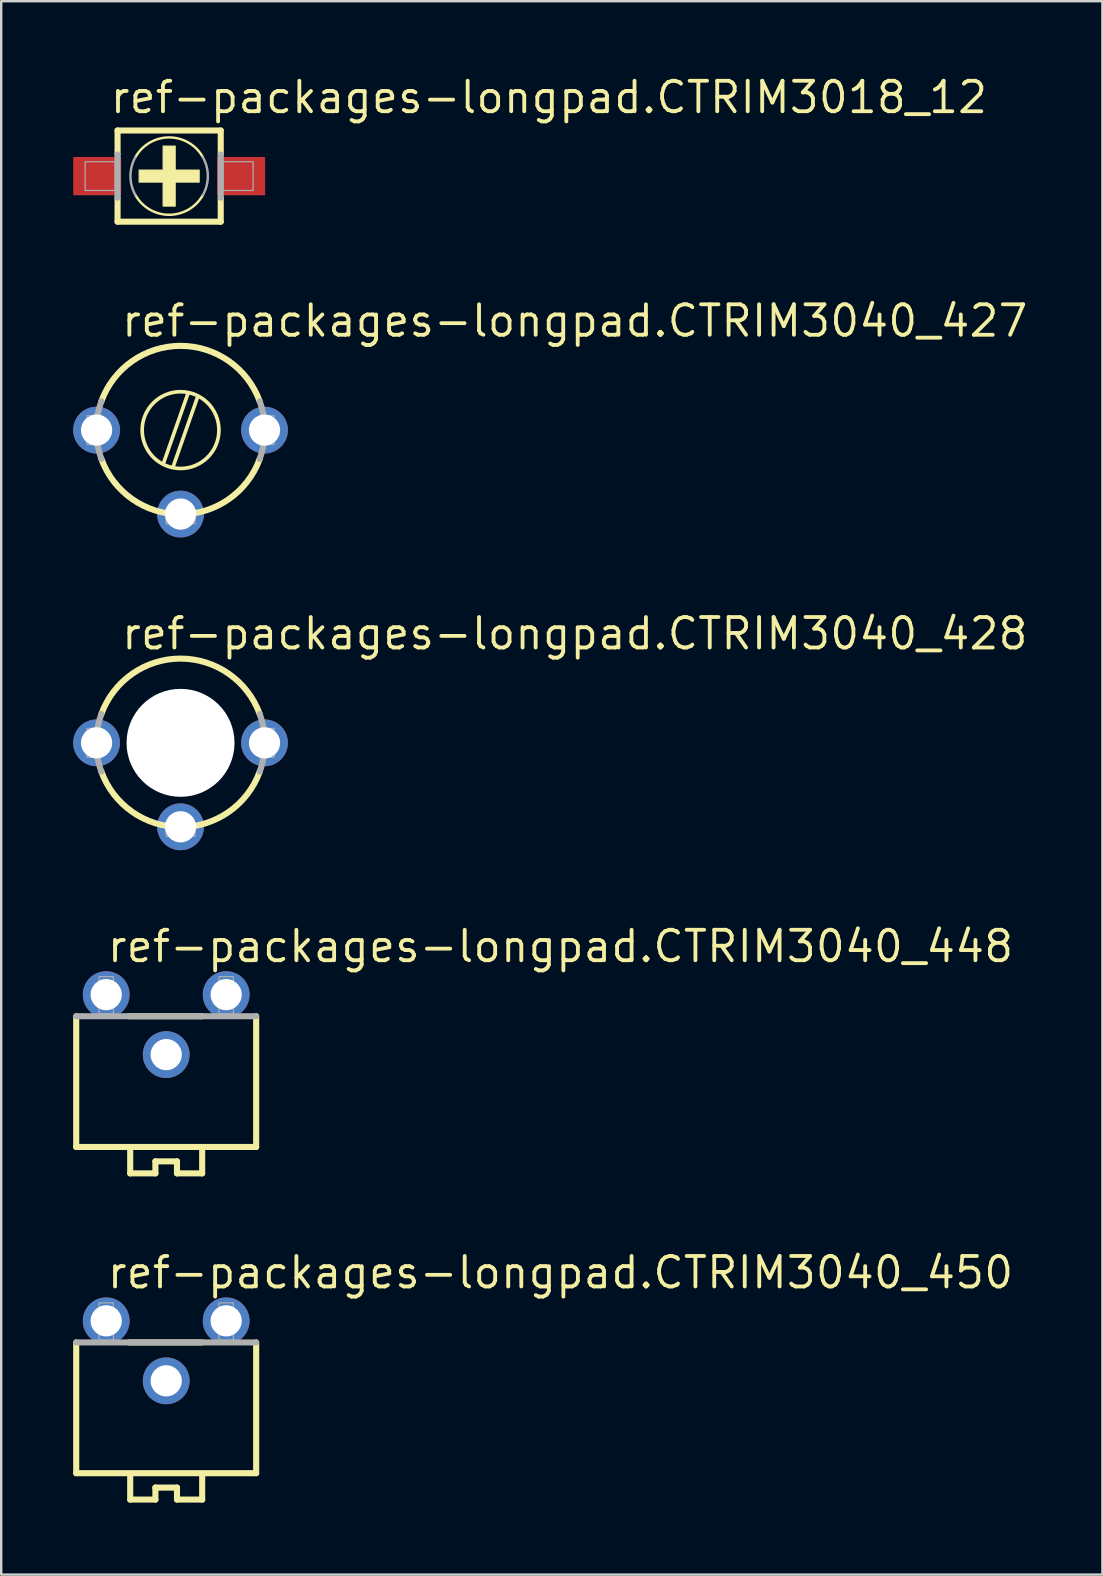
<source format=kicad_pcb>
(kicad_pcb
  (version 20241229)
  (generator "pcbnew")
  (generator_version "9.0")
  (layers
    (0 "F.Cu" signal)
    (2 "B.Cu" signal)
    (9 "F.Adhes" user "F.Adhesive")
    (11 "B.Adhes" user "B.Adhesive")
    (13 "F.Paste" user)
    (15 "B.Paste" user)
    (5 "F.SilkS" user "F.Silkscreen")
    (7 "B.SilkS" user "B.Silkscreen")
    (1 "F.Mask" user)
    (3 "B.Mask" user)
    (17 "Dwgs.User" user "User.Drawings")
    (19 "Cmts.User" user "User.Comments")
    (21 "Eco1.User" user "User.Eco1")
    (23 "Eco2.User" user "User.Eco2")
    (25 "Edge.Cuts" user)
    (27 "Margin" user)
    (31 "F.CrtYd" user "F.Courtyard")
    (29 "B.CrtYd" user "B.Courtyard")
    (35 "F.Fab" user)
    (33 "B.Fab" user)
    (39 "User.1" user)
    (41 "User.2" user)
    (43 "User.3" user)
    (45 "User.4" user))
  (footprint "ref-packages-longpad.CTRIM3040_427"
    (layer "F.Cu")
    (at 4.475 14.877)
    (property "Reference" "ref-packages-longpad.CTRIM3040_427" (at -2.54 -3.81 0) (layer "F.SilkS") (effects (font (size 1.27 1.27) (thickness 0.16)) (justify left bottom)))
    (attr through_hole)
    (fp_line (start -0.3 1.5) (end 0.7 -1.35) (stroke (width 0.152) (type default)) (layer "F.SilkS"))
    (fp_line (start 0.3 -1.5) (end -0.7 1.35) (stroke (width 0.152) (type default)) (layer "F.SilkS"))
    (fp_arc (start -3.3 -1.2) (mid 0 -3.51141) (end 3.3 -1.2) (stroke (width 0.254) (type default)) (layer "F.SilkS"))
    (fp_arc (start 3.3 1.2) (mid 0 3.51141) (end -3.3 1.2) (stroke (width 0.254) (type default)) (layer "F.SilkS"))
    (fp_circle (center 0 0) (end 1.6 0) (stroke (width 0.152) (type default)) (fill no) (layer "F.SilkS"))
    (fp_rect (start -3.9 0.6) (end -3.5 -0.6) (stroke (width 0.05) (type default)) (fill no) (layer "F.Fab"))
    (fp_rect (start -0.6 3.9) (end 0.6 3.5) (stroke (width 0.05) (type default)) (fill no) (layer "F.Fab"))
    (fp_rect (start 3.5 0.6) (end 3.9 -0.6) (stroke (width 0.05) (type default)) (fill no) (layer "F.Fab"))
    (fp_arc (start -3.3 1.2) (mid -3.51141 0) (end -3.3 -1.2) (stroke (width 0.254) (type default)) (layer "F.Fab"))
    (fp_arc (start 3.3 -1.2) (mid 3.51141 0) (end 3.3 1.2) (stroke (width 0.254) (type default)) (layer "F.Fab"))
    (pad "1A" thru_hole circle (at -3.5 0) (size 1.95 1.95) (drill 1.3) (layers "*.Cu" "*.Mask"))
    (pad "1B" thru_hole circle (at 3.5 0) (size 1.95 1.95) (drill 1.3) (layers "*.Cu" "*.Mask"))
    (pad "2" thru_hole circle (at 0 3.5) (size 1.95 1.95) (drill 1.3) (layers "*.Cu" "*.Mask")))
  (footprint "ref-packages-longpad.CTRIM3018_12"
    (layer "F.Cu")
    (at 4 4.29)
    (property "Reference" "ref-packages-longpad.CTRIM3018_12" (at -2.54 -2.54 0) (layer "F.SilkS") (effects (font (size 1.27 1.27) (thickness 0.16)) (justify left bottom)))
    (attr smd)
    (fp_line (start -2.15 -1.9) (end 2.15 -1.9) (stroke (width 0.254) (type default)) (layer "F.SilkS"))
    (fp_line (start -2.15 -0.9) (end -2.15 -1.9) (stroke (width 0.254) (type default)) (layer "F.SilkS"))
    (fp_line (start -2.15 1.9) (end -2.15 0.9) (stroke (width 0.254) (type default)) (layer "F.SilkS"))
    (fp_line (start 2.15 -1.9) (end 2.15 -0.9) (stroke (width 0.254) (type default)) (layer "F.SilkS"))
    (fp_line (start 2.15 0.9) (end 2.15 1.9) (stroke (width 0.254) (type default)) (layer "F.SilkS"))
    (fp_line (start 2.15 1.9) (end -2.15 1.9) (stroke (width 0.254) (type default)) (layer "F.SilkS"))
    (fp_rect (start -1.25 0.25) (end 1.25 -0.25) (stroke (width 0.05) (type default)) (fill yes) (layer "F.SilkS"))
    (fp_rect (start -0.25 1.25) (end 0.25 -1.25) (stroke (width 0.05) (type default)) (fill yes) (layer "F.SilkS"))
    (fp_arc (start -1.4 -0.8) (mid 0 -1.612452) (end 1.4 -0.8) (stroke (width 0.1016) (type default)) (layer "F.SilkS"))
    (fp_arc (start 1.4 0.8) (mid 0 1.612452) (end -1.4 0.8) (stroke (width 0.1016) (type default)) (layer "F.SilkS"))
    (fp_line (start -2.15 0.9) (end -2.15 -0.9) (stroke (width 0.254) (type default)) (layer "F.Fab"))
    (fp_line (start 2.15 -0.9) (end 2.15 0.9) (stroke (width 0.254) (type default)) (layer "F.Fab"))
    (fp_rect (start -3.5 0.6) (end -2.25 -0.6) (stroke (width 0.05) (type default)) (fill no) (layer "F.Fab"))
    (fp_rect (start 2.25 0.6) (end 3.5 -0.6) (stroke (width 0.05) (type default)) (fill no) (layer "F.Fab"))
    (fp_arc (start -1.4 0.8) (mid -1.612452 0) (end -1.4 -0.8) (stroke (width 0.1016) (type default)) (layer "F.Fab"))
    (fp_arc (start 1.4 -0.8) (mid 1.612452 0) (end 1.4 0.8) (stroke (width 0.1016) (type default)) (layer "F.Fab"))
    (pad "+" smd roundrect (at -3 0) (size 2 1.6) (layers "F.Cu" "F.Mask" "F.Paste") (roundrect_rratio 0.01))
    (pad "-" smd roundrect (at 3 0) (size 2 1.6) (layers "F.Cu" "F.Mask" "F.Paste") (roundrect_rratio 0.01)))
  (footprint "ref-packages-longpad.CTRIM3040_450"
    (layer "F.Cu")
    (at 3.877 55.814)
    (property "Reference" "ref-packages-longpad.CTRIM3040_450" (at -2.54 -5.08 0) (layer "F.SilkS") (effects (font (size 1.27 1.27) (thickness 0.16)) (justify left bottom)))
    (attr through_hole)
    (fp_line (start -3.75 2.54) (end -3.75 -2.91) (stroke (width 0.254) (type default)) (layer "F.SilkS"))
    (fp_line (start -1.55 -2.91) (end 1.5 -2.91) (stroke (width 0.254) (type default)) (layer "F.SilkS"))
    (fp_line (start -1.5 2.64) (end -1.5 3.64) (stroke (width 0.254) (type default)) (layer "F.SilkS"))
    (fp_line (start -1.5 3.64) (end -0.45 3.64) (stroke (width 0.254) (type default)) (layer "F.SilkS"))
    (fp_line (start -0.45 3.14) (end 0.45 3.14) (stroke (width 0.254) (type default)) (layer "F.SilkS"))
    (fp_line (start -0.45 3.64) (end -0.45 3.14) (stroke (width 0.254) (type default)) (layer "F.SilkS"))
    (fp_line (start 0.45 3.14) (end 0.45 3.64) (stroke (width 0.254) (type default)) (layer "F.SilkS"))
    (fp_line (start 0.45 3.64) (end 1.5 3.64) (stroke (width 0.254) (type default)) (layer "F.SilkS"))
    (fp_line (start 1.5 3.64) (end 1.5 2.64) (stroke (width 0.254) (type default)) (layer "F.SilkS"))
    (fp_line (start 3.75 -2.91) (end 3.75 2.54) (stroke (width 0.254) (type default)) (layer "F.SilkS"))
    (fp_line (start 3.75 2.54) (end -3.75 2.54) (stroke (width 0.254) (type default)) (layer "F.SilkS"))
    (fp_line (start -3.75 -2.91) (end 3.75 -2.91) (stroke (width 0.254) (type default)) (layer "F.Fab"))
    (fp_rect (start -2.8 -3.01) (end -2.2 -4.56) (stroke (width 0.05) (type default)) (fill no) (layer "F.Fab"))
    (fp_rect (start 2.2 -3.01) (end 2.8 -4.56) (stroke (width 0.05) (type default)) (fill no) (layer "F.Fab"))
    (pad "1A" thru_hole circle (at -2.5 -3.81) (size 1.95 1.95) (drill 1.3) (layers "*.Cu" "*.Mask"))
    (pad "1B" thru_hole circle (at 2.5 -3.81) (size 1.95 1.95) (drill 1.3) (layers "*.Cu" "*.Mask"))
    (pad "2" thru_hole circle (at 0 -1.31) (size 1.95 1.95) (drill 1.3) (layers "*.Cu" "*.Mask")))
  (footprint "ref-packages-longpad.CTRIM3040_448"
    (layer "F.Cu")
    (at 3.877 42.217)
    (property "Reference" "ref-packages-longpad.CTRIM3040_448" (at -2.54 -5.08 0) (layer "F.SilkS") (effects (font (size 1.27 1.27) (thickness 0.16)) (justify left bottom)))
    (attr through_hole)
    (fp_line (start -3.75 2.54) (end -3.75 -2.91) (stroke (width 0.254) (type default)) (layer "F.SilkS"))
    (fp_line (start -1.55 -2.91) (end 1.5 -2.91) (stroke (width 0.254) (type default)) (layer "F.SilkS"))
    (fp_line (start -1.5 2.64) (end -1.5 3.64) (stroke (width 0.254) (type default)) (layer "F.SilkS"))
    (fp_line (start -1.5 3.64) (end -0.45 3.64) (stroke (width 0.254) (type default)) (layer "F.SilkS"))
    (fp_line (start -0.45 3.14) (end 0.45 3.14) (stroke (width 0.254) (type default)) (layer "F.SilkS"))
    (fp_line (start -0.45 3.64) (end -0.45 3.14) (stroke (width 0.254) (type default)) (layer "F.SilkS"))
    (fp_line (start 0.45 3.14) (end 0.45 3.64) (stroke (width 0.254) (type default)) (layer "F.SilkS"))
    (fp_line (start 0.45 3.64) (end 1.5 3.64) (stroke (width 0.254) (type default)) (layer "F.SilkS"))
    (fp_line (start 1.5 3.64) (end 1.5 2.64) (stroke (width 0.254) (type default)) (layer "F.SilkS"))
    (fp_line (start 3.75 -2.91) (end 3.75 2.54) (stroke (width 0.254) (type default)) (layer "F.SilkS"))
    (fp_line (start 3.75 2.54) (end -3.75 2.54) (stroke (width 0.254) (type default)) (layer "F.SilkS"))
    (fp_line (start -3.75 -2.91) (end 3.75 -2.91) (stroke (width 0.254) (type default)) (layer "F.Fab"))
    (fp_rect (start -2.8 -3.01) (end -2.2 -4.56) (stroke (width 0.05) (type default)) (fill no) (layer "F.Fab"))
    (fp_rect (start 2.2 -3.01) (end 2.8 -4.56) (stroke (width 0.05) (type default)) (fill no) (layer "F.Fab"))
    (pad "1A" thru_hole circle (at -2.5 -3.81) (size 1.95 1.95) (drill 1.3) (layers "*.Cu" "*.Mask"))
    (pad "1B" thru_hole circle (at 2.5 -3.81) (size 1.95 1.95) (drill 1.3) (layers "*.Cu" "*.Mask"))
    (pad "2" thru_hole circle (at 0 -1.31) (size 1.95 1.95) (drill 1.3) (layers "*.Cu" "*.Mask")))
  (footprint "ref-packages-longpad.CTRIM3040_428"
    (layer "F.Cu")
    (at 4.475 27.912)
    (property "Reference" "ref-packages-longpad.CTRIM3040_428" (at -2.54 -3.81 0) (layer "F.SilkS") (effects (font (size 1.27 1.27) (thickness 0.16)) (justify left bottom)))
    (attr through_hole)
    (fp_line (start -0.3 1.5) (end 0.7 -1.3) (stroke (width 0.152) (type default)) (layer "F.SilkS"))
    (fp_line (start 0.3 -1.5) (end -0.7 1.3) (stroke (width 0.152) (type default)) (layer "F.SilkS"))
    (fp_arc (start -3.3 -1.2) (mid 0 -3.51141) (end 3.3 -1.2) (stroke (width 0.254) (type default)) (layer "F.SilkS"))
    (fp_arc (start 3.3 1.2) (mid 0 3.51141) (end -3.3 1.2) (stroke (width 0.254) (type default)) (layer "F.SilkS"))
    (fp_circle (center 0 0) (end 1.6 0) (stroke (width 0.152) (type default)) (fill no) (layer "F.SilkS"))
    (fp_rect (start -3.9 0.6) (end -3.5 -0.6) (stroke (width 0.05) (type default)) (fill no) (layer "F.Fab"))
    (fp_rect (start -0.6 3.9) (end 0.6 3.5) (stroke (width 0.05) (type default)) (fill no) (layer "F.Fab"))
    (fp_rect (start 3.5 0.6) (end 3.9 -0.6) (stroke (width 0.05) (type default)) (fill no) (layer "F.Fab"))
    (fp_arc (start -3.3 1.2) (mid -3.51141 0) (end -3.3 -1.2) (stroke (width 0.254) (type default)) (layer "F.Fab"))
    (fp_arc (start 3.3 -1.2) (mid 3.51141 0) (end 3.3 1.2) (stroke (width 0.254) (type default)) (layer "F.Fab"))
    (pad "" np_thru_hole circle (at 0 0) (size 4.5 4.5) (drill 4.5) (layers "*.Cu" "*.Mask"))
    (pad "1A" thru_hole circle (at -3.5 0) (size 1.95 1.95) (drill 1.3) (layers "*.Cu" "*.Mask"))
    (pad "1B" thru_hole circle (at 3.5 0) (size 1.95 1.95) (drill 1.3) (layers "*.Cu" "*.Mask"))
    (pad "2" thru_hole circle (at 0 3.5) (size 1.95 1.95) (drill 1.3) (layers "*.Cu" "*.Mask")))
  (gr_rect
    (start -3 -3)
    (end 42.898 62.581)
    (stroke (width 0.1) (type default))
    (fill no)
    (layer "Edge.Cuts")))
</source>
